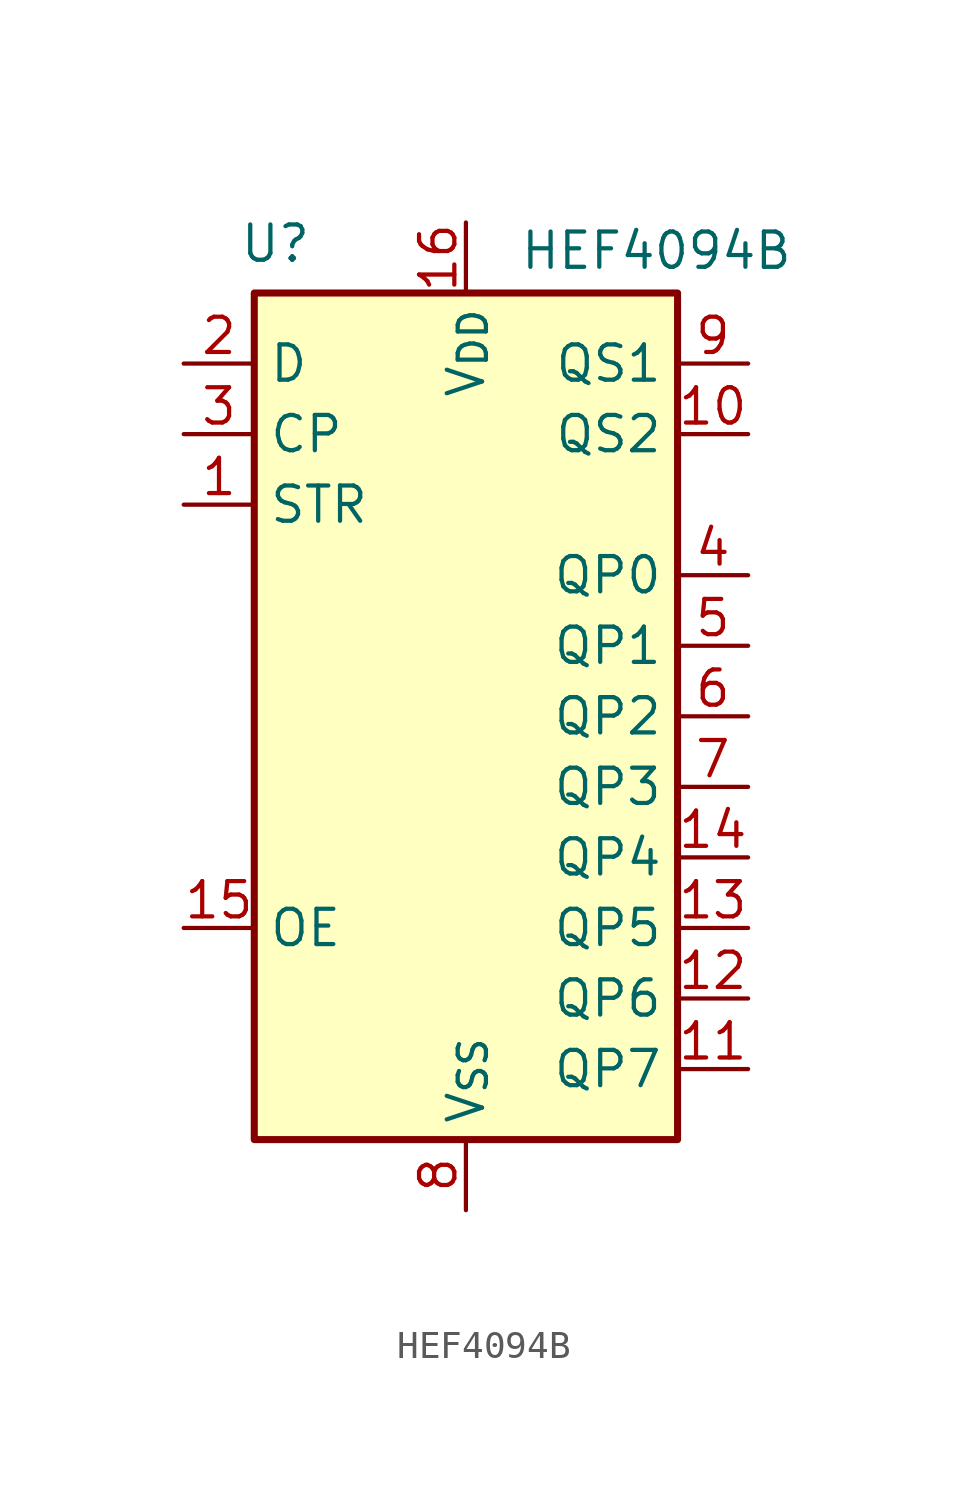
<source format=kicad_sym>
(kicad_symbol_lib
  (version 20231120)
  (generator "kicad_symbol_editor")
  (generator_version "8.0")
  (symbol "HEF4094B"
    (property "Reference" "U"
      (at -6.858 17.018 0)
      (effects (font (size 1.27 1.27))))
    (property "Value" "HEF4094B"
      (at 6.858 16.764 0)
      (effects (font (size 1.27 1.27))))
    (symbol "HEF4094B_1_0"
      (pin output line (at 10.16 10.16 180) (length 2.54) (name "QS2" (effects (font (size 1.27 1.27)))) (number "10" (effects (font (size 1.27 1.27)))))
      (pin output line (at 10.16 -12.7 180) (length 2.54) (name "QP7" (effects (font (size 1.27 1.27)))) (number "11" (effects (font (size 1.27 1.27)))))
      (pin output line (at 10.16 -10.16 180) (length 2.54) (name "QP6" (effects (font (size 1.27 1.27)))) (number "12" (effects (font (size 1.27 1.27)))))
      (pin output line (at 10.16 -7.62 180) (length 2.54) (name "QP5" (effects (font (size 1.27 1.27)))) (number "13" (effects (font (size 1.27 1.27)))))
      (pin output line (at 10.16 -5.08 180) (length 2.54) (name "QP4" (effects (font (size 1.27 1.27)))) (number "14" (effects (font (size 1.27 1.27)))))
      (pin input line (at -10.16 -7.62 0) (length 2.54) (name "OE" (effects (font (size 1.27 1.27)))) (number "15" (effects (font (size 1.27 1.27)))))
      (pin power_in line (at 0 17.78 270) (length 2.54) (name "V_{DD}" (effects (font (size 1.27 1.27)))) (number "16" (effects (font (size 1.27 1.27)))))
      (pin output line (at 10.16 2.54 180) (length 2.54) (name "QP1" (effects (font (size 1.27 1.27)))) (number "5" (effects (font (size 1.27 1.27)))))
      (pin output line (at 10.16 0 180) (length 2.54) (name "QP2" (effects (font (size 1.27 1.27)))) (number "6" (effects (font (size 1.27 1.27)))))
      (pin output line (at 10.16 -2.54 180) (length 2.54) (name "QP3" (effects (font (size 1.27 1.27)))) (number "7" (effects (font (size 1.27 1.27)))))
      (pin power_in line (at 0 -17.78 90) (length 2.54) (name "V_{SS}" (effects (font (size 1.27 1.27)))) (number "8" (effects (font (size 1.27 1.27)))))
      (pin output line (at 10.16 12.7 180) (length 2.54) (name "QS1" (effects (font (size 1.27 1.27)))) (number "9" (effects (font (size 1.27 1.27))))))
    (symbol "HEF4094B_1_1"
      (rectangle (start -7.62 15.24) (end 7.62 -15.24) (stroke (width 0.254) (type default)) (fill (type background)))
      (pin input line (at -10.16 7.62 0) (length 2.54) (name "STR" (effects (font (size 1.27 1.27)))) (number "1" (effects (font (size 1.27 1.27)))))
      (pin input line (at -10.16 12.7 0) (length 2.54) (name "D" (effects (font (size 1.27 1.27)))) (number "2" (effects (font (size 1.27 1.27)))))
      (pin input line (at -10.16 10.16 0) (length 2.54) (name "CP" (effects (font (size 1.27 1.27)))) (number "3" (effects (font (size 1.27 1.27)))))
      (pin output line (at 10.16 5.08 180) (length 2.54) (name "QP0" (effects (font (size 1.27 1.27)))) (number "4" (effects (font (size 1.27 1.27))))))))
</source>
